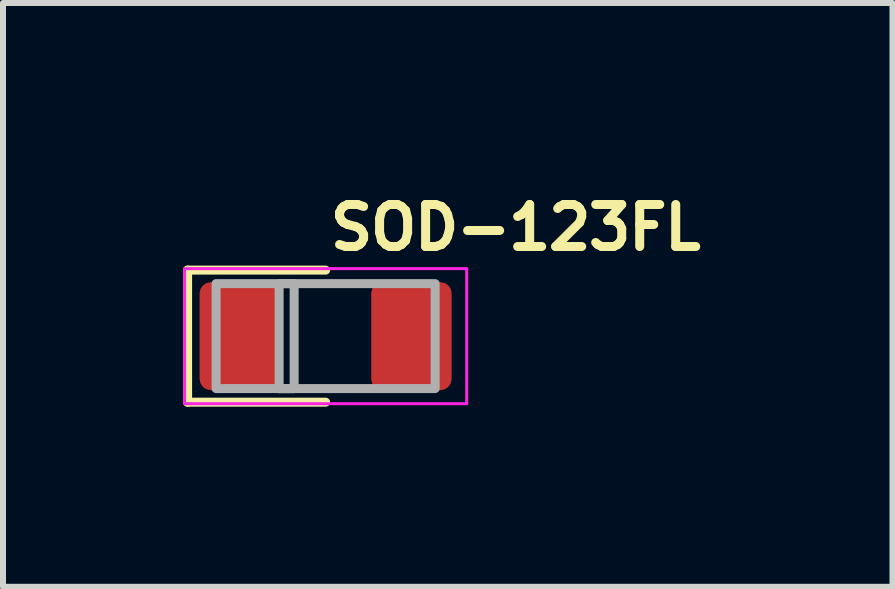
<source format=kicad_pcb>
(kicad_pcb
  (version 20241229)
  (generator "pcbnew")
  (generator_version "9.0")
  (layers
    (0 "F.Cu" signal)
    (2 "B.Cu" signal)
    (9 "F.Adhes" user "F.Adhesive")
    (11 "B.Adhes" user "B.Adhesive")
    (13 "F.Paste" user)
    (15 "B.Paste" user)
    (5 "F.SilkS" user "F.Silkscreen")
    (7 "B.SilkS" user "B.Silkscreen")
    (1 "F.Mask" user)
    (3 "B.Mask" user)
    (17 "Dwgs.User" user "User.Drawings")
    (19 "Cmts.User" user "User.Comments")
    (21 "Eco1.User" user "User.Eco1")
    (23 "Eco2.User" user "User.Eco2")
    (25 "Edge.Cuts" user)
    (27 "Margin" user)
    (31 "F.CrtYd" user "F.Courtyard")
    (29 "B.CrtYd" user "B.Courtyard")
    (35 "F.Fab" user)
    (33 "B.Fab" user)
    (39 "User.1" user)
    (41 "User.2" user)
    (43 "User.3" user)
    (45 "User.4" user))
  (footprint "SOD-123FL"
    (layer "F.Cu")
    (at 2.375 2.55)
    (property "Reference" "SOD-123FL" (at 0 -1.4 0) (layer "F.SilkS") (effects (font (size 0.7 0.7) (thickness 0.15)) (justify left bottom)))
    (attr smd)
    (fp_line (start -2.3 -1.1) (end -2.3 1.1) (stroke (width 0.15) (type solid)) (layer "F.SilkS"))
    (fp_line (start -2.3 1.1) (end 0 1.1) (stroke (width 0.15) (type solid)) (layer "F.SilkS"))
    (fp_line (start 0 -1.1) (end -2.3 -1.1) (stroke (width 0.15) (type solid)) (layer "F.SilkS"))
    (fp_rect (start -2.35 -1.125) (end 2.35 1.125) (stroke (width 0.05) (type solid)) (fill no) (layer "F.CrtYd"))
    (fp_rect (start -1.825 -0.875) (end 1.824 0.873) (stroke (width 0.15) (type solid)) (fill no) (layer "F.Fab"))
    (fp_rect (start -0.775 -0.875) (end -0.525 0.875) (stroke (width 0.15) (type solid)) (fill no) (layer "F.Fab"))
    (fp_rect (start -1.825 -0.875) (end 1.824 0.873) (stroke (width 0.1) (type solid)) (fill no) (layer "User.5"))
    (fp_line (start -1.825 -0.476) (end -1.349 -0.476) (stroke (width 0.02) (type solid)) (layer "User.9"))
    (fp_line (start -1.825 0.474) (end -1.825 -0.476) (stroke (width 0.02) (type solid)) (layer "User.9"))
    (fp_line (start -1.351 -0.875) (end -1.351 -0.476) (stroke (width 0.02) (type solid)) (layer "User.9"))
    (fp_line (start -1.351 0.474) (end -1.351 0.873) (stroke (width 0.02) (type solid)) (layer "User.9"))
    (fp_line (start -1.351 0.873) (end 1.35 0.873) (stroke (width 0.02) (type solid)) (layer "User.9"))
    (fp_line (start -1.349 0.474) (end -1.825 0.474) (stroke (width 0.02) (type solid)) (layer "User.9"))
    (fp_line (start -1.349 0.474) (end -1.349 -0.476) (stroke (width 0.02) (type solid)) (layer "User.9"))
    (fp_line (start -1.299 -0.824) (end -1.351 -0.875) (stroke (width 0.02) (type solid)) (layer "User.9"))
    (fp_line (start -1.299 -0.824) (end -1.299 0.822) (stroke (width 0.02) (type solid)) (layer "User.9"))
    (fp_line (start -1.299 0.822) (end -1.351 0.873) (stroke (width 0.02) (type solid)) (layer "User.9"))
    (fp_line (start -1.299 0.822) (end 1.296 0.822) (stroke (width 0.02) (type solid)) (layer "User.9"))
    (fp_line (start 1.024 -0.015) (end 1.024 0) (stroke (width 0.02) (type solid)) (layer "User.9"))
    (fp_line (start 1.024 0) (end 1.024 0.014) (stroke (width 0.02) (type solid)) (layer "User.9"))
    (fp_line (start 1.024 0.014) (end 1.026 0.029) (stroke (width 0.02) (type solid)) (layer "User.9"))
    (fp_line (start 1.026 -0.045) (end 1.026 -0.03) (stroke (width 0.02) (type solid)) (layer "User.9"))
    (fp_line (start 1.026 -0.03) (end 1.024 -0.015) (stroke (width 0.02) (type solid)) (layer "User.9"))
    (fp_line (start 1.026 0.029) (end 1.026 0.043) (stroke (width 0.02) (type solid)) (layer "User.9"))
    (fp_line (start 1.026 0.043) (end 1.03 0.058) (stroke (width 0.02) (type solid)) (layer "User.9"))
    (fp_line (start 1.03 -0.06) (end 1.026 -0.045) (stroke (width 0.02) (type solid)) (layer "User.9"))
    (fp_line (start 1.03 0.058) (end 1.032 0.072) (stroke (width 0.02) (type solid)) (layer "User.9"))
    (fp_line (start 1.032 -0.073) (end 1.03 -0.06) (stroke (width 0.02) (type solid)) (layer "User.9"))
    (fp_line (start 1.032 0.072) (end 1.036 0.086) (stroke (width 0.02) (type solid)) (layer "User.9"))
    (fp_line (start 1.036 -0.088) (end 1.032 -0.073) (stroke (width 0.02) (type solid)) (layer "User.9"))
    (fp_line (start 1.036 0.086) (end 1.04 0.1) (stroke (width 0.02) (type solid)) (layer "User.9"))
    (fp_line (start 1.04 -0.102) (end 1.036 -0.088) (stroke (width 0.02) (type solid)) (layer "User.9"))
    (fp_line (start 1.04 0.1) (end 1.044 0.113) (stroke (width 0.02) (type solid)) (layer "User.9"))
    (fp_line (start 1.044 -0.115) (end 1.04 -0.102) (stroke (width 0.02) (type solid)) (layer "User.9"))
    (fp_line (start 1.044 0.113) (end 1.05 0.125) (stroke (width 0.02) (type solid)) (layer "User.9"))
    (fp_line (start 1.05 -0.127) (end 1.044 -0.115) (stroke (width 0.02) (type solid)) (layer "User.9"))
    (fp_line (start 1.05 0.125) (end 1.056 0.139) (stroke (width 0.02) (type solid)) (layer "User.9"))
    (fp_line (start 1.056 -0.141) (end 1.05 -0.127) (stroke (width 0.02) (type solid)) (layer "User.9"))
    (fp_line (start 1.056 0.139) (end 1.062 0.151) (stroke (width 0.02) (type solid)) (layer "User.9"))
    (fp_line (start 1.062 -0.153) (end 1.056 -0.141) (stroke (width 0.02) (type solid)) (layer "User.9"))
    (fp_line (start 1.062 0.151) (end 1.068 0.164) (stroke (width 0.02) (type solid)) (layer "User.9"))
    (fp_line (start 1.068 -0.166) (end 1.062 -0.153) (stroke (width 0.02) (type solid)) (layer "User.9"))
    (fp_line (start 1.068 0.164) (end 1.076 0.175) (stroke (width 0.02) (type solid)) (layer "User.9"))
    (fp_line (start 1.076 -0.177) (end 1.068 -0.166) (stroke (width 0.02) (type solid)) (layer "User.9"))
    (fp_line (start 1.076 0.175) (end 1.084 0.187) (stroke (width 0.02) (type solid)) (layer "User.9"))
    (fp_line (start 1.084 -0.189) (end 1.076 -0.177) (stroke (width 0.02) (type solid)) (layer "User.9"))
    (fp_line (start 1.084 0.187) (end 1.092 0.199) (stroke (width 0.02) (type solid)) (layer "User.9"))
    (fp_line (start 1.092 -0.201) (end 1.084 -0.189) (stroke (width 0.02) (type solid)) (layer "User.9"))
    (fp_line (start 1.092 0.199) (end 1.102 0.209) (stroke (width 0.02) (type solid)) (layer "User.9"))
    (fp_line (start 1.102 -0.211) (end 1.092 -0.201) (stroke (width 0.02) (type solid)) (layer "User.9"))
    (fp_line (start 1.102 0.209) (end 1.11 0.219) (stroke (width 0.02) (type solid)) (layer "User.9"))
    (fp_line (start 1.11 -0.221) (end 1.102 -0.211) (stroke (width 0.02) (type solid)) (layer "User.9"))
    (fp_line (start 1.11 0.219) (end 1.12 0.231) (stroke (width 0.02) (type solid)) (layer "User.9"))
    (fp_line (start 1.12 -0.233) (end 1.11 -0.221) (stroke (width 0.02) (type solid)) (layer "User.9"))
    (fp_line (start 1.12 0.231) (end 1.13 0.239) (stroke (width 0.02) (type solid)) (layer "User.9"))
    (fp_line (start 1.13 -0.241) (end 1.12 -0.233) (stroke (width 0.02) (type solid)) (layer "User.9"))
    (fp_line (start 1.13 0.239) (end 1.142 0.248) (stroke (width 0.02) (type solid)) (layer "User.9"))
    (fp_line (start 1.142 -0.25) (end 1.13 -0.241) (stroke (width 0.02) (type solid)) (layer "User.9"))
    (fp_line (start 1.142 0.248) (end 1.153 0.258) (stroke (width 0.02) (type solid)) (layer "User.9"))
    (fp_line (start 1.153 -0.26) (end 1.142 -0.25) (stroke (width 0.02) (type solid)) (layer "User.9"))
    (fp_line (start 1.153 0.258) (end 1.163 0.267) (stroke (width 0.02) (type solid)) (layer "User.9"))
    (fp_line (start 1.163 -0.269) (end 1.153 -0.26) (stroke (width 0.02) (type solid)) (layer "User.9"))
    (fp_line (start 1.163 0.267) (end 1.175 0.274) (stroke (width 0.02) (type solid)) (layer "User.9"))
    (fp_line (start 1.175 -0.276) (end 1.163 -0.269) (stroke (width 0.02) (type solid)) (layer "User.9"))
    (fp_line (start 1.175 0.274) (end 1.187 0.282) (stroke (width 0.02) (type solid)) (layer "User.9"))
    (fp_line (start 1.187 -0.284) (end 1.175 -0.276) (stroke (width 0.02) (type solid)) (layer "User.9"))
    (fp_line (start 1.187 0.282) (end 1.201 0.288) (stroke (width 0.02) (type solid)) (layer "User.9"))
    (fp_line (start 1.201 -0.289) (end 1.187 -0.284) (stroke (width 0.02) (type solid)) (layer "User.9"))
    (fp_line (start 1.201 0.288) (end 1.213 0.294) (stroke (width 0.02) (type solid)) (layer "User.9"))
    (fp_line (start 1.213 -0.296) (end 1.201 -0.289) (stroke (width 0.02) (type solid)) (layer "User.9"))
    (fp_line (start 1.213 0.294) (end 1.227 0.299) (stroke (width 0.02) (type solid)) (layer "User.9"))
    (fp_line (start 1.227 -0.301) (end 1.213 -0.296) (stroke (width 0.02) (type solid)) (layer "User.9"))
    (fp_line (start 1.227 0.299) (end 1.239 0.305) (stroke (width 0.02) (type solid)) (layer "User.9"))
    (fp_line (start 1.239 -0.307) (end 1.227 -0.301) (stroke (width 0.02) (type solid)) (layer "User.9"))
    (fp_line (start 1.239 0.305) (end 1.253 0.309) (stroke (width 0.02) (type solid)) (layer "User.9"))
    (fp_line (start 1.253 -0.311) (end 1.239 -0.307) (stroke (width 0.02) (type solid)) (layer "User.9"))
    (fp_line (start 1.253 0.309) (end 1.267 0.313) (stroke (width 0.02) (type solid)) (layer "User.9"))
    (fp_line (start 1.267 -0.315) (end 1.253 -0.311) (stroke (width 0.02) (type solid)) (layer "User.9"))
    (fp_line (start 1.267 0.313) (end 1.282 0.317) (stroke (width 0.02) (type solid)) (layer "User.9"))
    (fp_line (start 1.282 -0.319) (end 1.267 -0.315) (stroke (width 0.02) (type solid)) (layer "User.9"))
    (fp_line (start 1.282 0.317) (end 1.296 0.32) (stroke (width 0.02) (type solid)) (layer "User.9"))
    (fp_line (start 1.296 -0.824) (end -1.299 -0.824) (stroke (width 0.02) (type solid)) (layer "User.9"))
    (fp_line (start 1.296 -0.824) (end 1.35 -0.875) (stroke (width 0.02) (type solid)) (layer "User.9"))
    (fp_line (start 1.296 -0.322) (end 1.282 -0.319) (stroke (width 0.02) (type solid)) (layer "User.9"))
    (fp_line (start 1.296 -0.322) (end 1.296 -0.824) (stroke (width 0.02) (type solid)) (layer "User.9"))
    (fp_line (start 1.296 -0.322) (end 1.302 -0.323) (stroke (width 0.02) (type solid)) (layer "User.9"))
    (fp_line (start 1.296 0.822) (end 1.296 0.32) (stroke (width 0.02) (type solid)) (layer "User.9"))
    (fp_line (start 1.296 0.822) (end 1.35 0.873) (stroke (width 0.02) (type solid)) (layer "User.9"))
    (fp_line (start 1.302 0.321) (end 1.296 0.32) (stroke (width 0.02) (type solid)) (layer "User.9"))
    (fp_line (start 1.302 0.321) (end 1.302 -0.323) (stroke (width 0.02) (type solid)) (layer "User.9"))
    (fp_line (start 1.346 -0.476) (end 1.824 -0.476) (stroke (width 0.02) (type solid)) (layer "User.9"))
    (fp_line (start 1.346 0.474) (end 1.346 -0.476) (stroke (width 0.02) (type solid)) (layer "User.9"))
    (fp_line (start 1.35 -0.875) (end -1.351 -0.875) (stroke (width 0.02) (type solid)) (layer "User.9"))
    (fp_line (start 1.35 -0.476) (end 1.35 -0.875) (stroke (width 0.02) (type solid)) (layer "User.9"))
    (fp_line (start 1.35 0.873) (end 1.35 0.474) (stroke (width 0.02) (type solid)) (layer "User.9"))
    (fp_line (start 1.824 -0.476) (end 1.824 0.474) (stroke (width 0.02) (type solid)) (layer "User.9"))
    (fp_line (start 1.824 0.474) (end 1.346 0.474) (stroke (width 0.02) (type solid)) (layer "User.9"))
    (pad "1" smd roundrect (at -1.43 0) (size 1.34 1.8) (layers "F.Cu" "F.Mask" "F.Paste") (roundrect_rratio 0.14))
    (pad "2" smd roundrect (at 1.429 0) (size 1.34 1.8) (layers "F.Cu" "F.Mask" "F.Paste") (roundrect_rratio 0.14)))
  (gr_rect
    (start -3 -3)
    (end 11.818 6.725)
    (stroke (width 0.1) (type default))
    (fill no)
    (layer "Edge.Cuts")))
</source>
